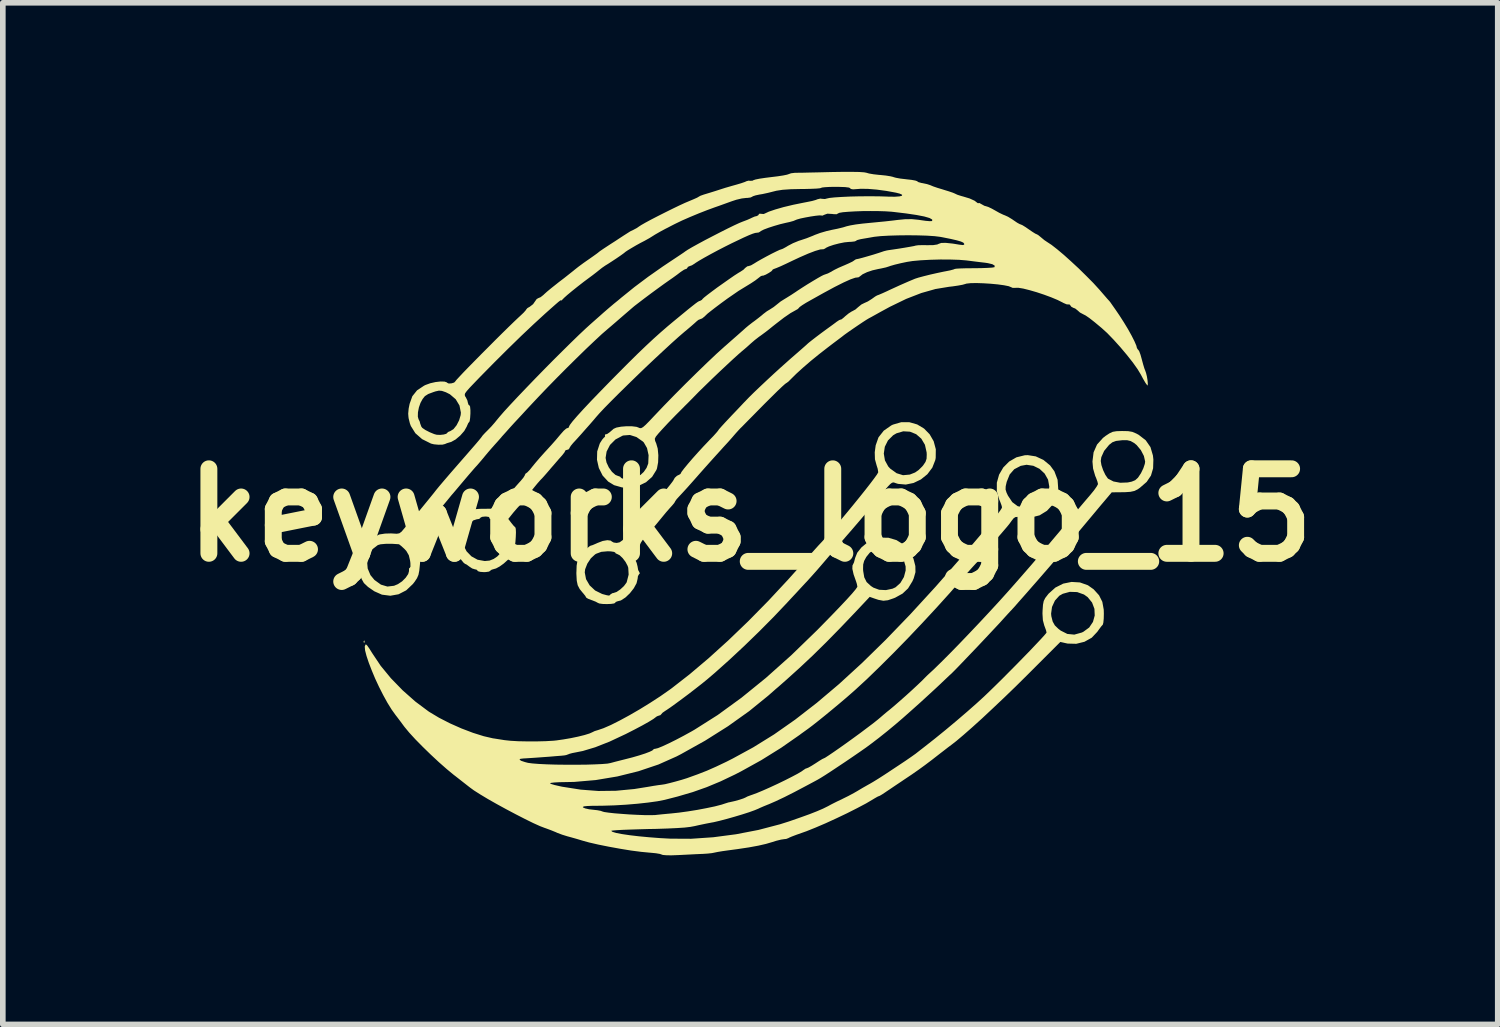
<source format=kicad_pcb>
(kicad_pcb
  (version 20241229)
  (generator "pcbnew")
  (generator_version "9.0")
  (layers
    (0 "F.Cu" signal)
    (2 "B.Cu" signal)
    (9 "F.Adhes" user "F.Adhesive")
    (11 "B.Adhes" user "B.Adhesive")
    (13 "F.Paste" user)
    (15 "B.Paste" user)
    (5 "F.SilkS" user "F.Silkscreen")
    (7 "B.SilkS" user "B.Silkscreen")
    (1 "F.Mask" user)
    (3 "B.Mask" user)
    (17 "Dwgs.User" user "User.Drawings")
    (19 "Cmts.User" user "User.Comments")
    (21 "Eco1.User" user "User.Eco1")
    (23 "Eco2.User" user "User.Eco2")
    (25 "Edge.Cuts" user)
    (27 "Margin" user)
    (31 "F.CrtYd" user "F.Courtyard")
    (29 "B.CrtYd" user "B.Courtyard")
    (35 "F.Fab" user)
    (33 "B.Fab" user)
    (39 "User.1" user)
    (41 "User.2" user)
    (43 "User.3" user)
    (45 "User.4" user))
  (footprint "keyworks_logo_15"
    (layer "F.Cu")
    (at 10.264 6.091)
    (property "Reference" "keyworks_logo_15" (at 0 0 0) (layer "F.SilkS") (effects (font (size 1.5 1.5) (thickness 0.3))))
    (attr board_only exclude_from_pos_files exclude_from_bom)
    (fp_poly (pts (xy -6.846 2.23) (xy -6.843 2.259) (xy -6.846 2.263) (xy -6.86 2.259) (xy -6.862 2.246) (xy -6.853 2.226)) (stroke (width 0) (type solid)) (fill yes) (layer "F.SilkS"))
    (fp_poly (pts (xy 2.826 -1.648) (xy 2.962 -1.609) (xy 3.084 -1.536) (xy 3.183 -1.435) (xy 3.255 -1.311) (xy 3.293 -1.169) (xy 3.291 -1.015) (xy 3.284 -0.977) (xy 3.231 -0.842) (xy 3.143 -0.725) (xy 3.029 -0.633) (xy 2.898 -0.57) (xy 2.76 -0.542) (xy 2.624 -0.554) (xy 2.582 -0.567) (xy 2.558 -0.576) (xy 2.537 -0.58) (xy 2.514 -0.573) (xy 2.486 -0.552) (xy 2.446 -0.511) (xy 2.391 -0.447) (xy 2.314 -0.355) (xy 2.213 -0.23) (xy 2.186 -0.197) (xy 2.056 -0.037) (xy 1.951 0.088) (xy 1.87 0.182) (xy 1.799 0.265) (xy 1.704 0.374) (xy 1.597 0.498) (xy 1.485 0.627) (xy 1.38 0.75) (xy 1.29 0.855) (xy 1.272 0.876) (xy 1.184 0.978) (xy 1.086 1.088) (xy 0.998 1.185) (xy 0.986 1.197) (xy 0.909 1.28) (xy 0.813 1.384) (xy 0.712 1.492) (xy 0.654 1.555) (xy 0.418 1.804) (xy 0.16 2.064) (xy -0.107 2.323) (xy -0.374 2.572) (xy -0.628 2.799) (xy -0.765 2.916) (xy -0.856 2.99) (xy -0.966 3.076) (xy -1.086 3.169) (xy -1.209 3.261) (xy -1.323 3.345) (xy -1.42 3.415) (xy -1.491 3.463) (xy -1.507 3.473) (xy -1.556 3.507) (xy -1.579 3.533) (xy -1.58 3.535) (xy -1.599 3.553) (xy -1.612 3.555) (xy -1.656 3.571) (xy -1.674 3.584) (xy -1.719 3.618) (xy -1.802 3.669) (xy -1.918 3.734) (xy -2.058 3.808) (xy -2.209 3.885) (xy -2.497 4.02) (xy -2.751 4.12) (xy -2.971 4.186) (xy -3.086 4.209) (xy -3.158 4.223) (xy -3.21 4.237) (xy -3.221 4.242) (xy -3.265 4.258) (xy -3.295 4.264) (xy -3.352 4.27) (xy -3.444 4.277) (xy -3.56 4.287) (xy -3.685 4.296) (xy -3.808 4.305) (xy -3.914 4.312) (xy -3.991 4.317) (xy -4.017 4.318) (xy -4.079 4.325) (xy -4.095 4.339) (xy -4.066 4.36) (xy -3.997 4.383) (xy -3.943 4.397) (xy -3.867 4.407) (xy -3.754 4.416) (xy -3.61 4.423) (xy -3.447 4.428) (xy -3.272 4.43) (xy -3.094 4.43) (xy -2.922 4.429) (xy -2.766 4.424) (xy -2.633 4.418) (xy -2.533 4.41) (xy -2.481 4.4) (xy -2.403 4.379) (xy -2.301 4.353) (xy -2.222 4.333) (xy -2.093 4.3) (xy -1.972 4.265) (xy -1.866 4.231) (xy -1.785 4.2) (xy -1.737 4.177) (xy -1.728 4.167) (xy -1.707 4.15) (xy -1.685 4.147) (xy -1.637 4.135) (xy -1.556 4.102) (xy -1.448 4.052) (xy -1.321 3.989) (xy -1.184 3.917) (xy -1.044 3.84) (xy -0.987 3.807) (xy -0.578 3.548) (xy -0.156 3.241) (xy 0.279 2.888) (xy 0.728 2.487) (xy 1.189 2.04) (xy 1.241 1.987) (xy 1.428 1.796) (xy 1.585 1.633) (xy 1.712 1.498) (xy 1.808 1.392) (xy 1.87 1.318) (xy 1.899 1.276) (xy 1.901 1.27) (xy 1.892 1.222) (xy 1.879 1.18) (xy 1.834 1.052) (xy 1.813 0.958) (xy 2.002 0.958) (xy 2.004 0.99) (xy 2.023 1.104) (xy 2.065 1.188) (xy 2.141 1.258) (xy 2.185 1.287) (xy 2.287 1.325) (xy 2.407 1.331) (xy 2.525 1.306) (xy 2.579 1.281) (xy 2.664 1.205) (xy 2.727 1.099) (xy 2.758 0.982) (xy 2.757 0.91) (xy 2.719 0.781) (xy 2.649 0.68) (xy 2.556 0.61) (xy 2.447 0.571) (xy 2.333 0.566) (xy 2.221 0.597) (xy 2.121 0.667) (xy 2.06 0.742) (xy 2.021 0.813) (xy 2.004 0.877) (xy 2.002 0.958) (xy 1.813 0.958) (xy 1.812 0.955) (xy 1.814 0.894) (xy 1.82 0.883) (xy 1.841 0.839) (xy 1.859 0.771) (xy 1.862 0.759) (xy 1.899 0.667) (xy 1.973 0.574) (xy 2.073 0.491) (xy 2.16 0.442) (xy 2.305 0.4) (xy 2.453 0.402) (xy 2.595 0.444) (xy 2.722 0.523) (xy 2.825 0.633) (xy 2.896 0.772) (xy 2.897 0.776) (xy 2.93 0.904) (xy 2.932 1.013) (xy 2.901 1.122) (xy 2.878 1.174) (xy 2.801 1.3) (xy 2.703 1.393) (xy 2.571 1.466) (xy 2.54 1.478) (xy 2.443 1.511) (xy 2.362 1.52) (xy 2.275 1.504) (xy 2.202 1.48) (xy 2.12 1.451) (xy 1.869 1.718) (xy 1.597 2.003) (xy 1.348 2.257) (xy 1.112 2.489) (xy 0.88 2.707) (xy 0.644 2.92) (xy 0.494 3.052) (xy 0.457 3.083) (xy 0.397 3.136) (xy 0.324 3.2) (xy 0.317 3.206) (xy -0.019 3.479) (xy -0.395 3.747) (xy -0.801 4.003) (xy -1.229 4.242) (xy -1.308 4.283) (xy -1.629 4.426) (xy -1.983 4.545) (xy -2.358 4.638) (xy -2.742 4.702) (xy -3.125 4.735) (xy -3.277 4.738) (xy -3.387 4.74) (xy -3.477 4.745) (xy -3.536 4.752) (xy -3.555 4.759) (xy -3.532 4.772) (xy -3.472 4.79) (xy -3.385 4.81) (xy -3.339 4.82) (xy -3.008 4.872) (xy -2.695 4.896) (xy -2.383 4.892) (xy -2.057 4.861) (xy -1.814 4.822) (xy -1.715 4.805) (xy -1.63 4.792) (xy -1.574 4.785) (xy -1.567 4.784) (xy -1.515 4.776) (xy -1.431 4.756) (xy -1.328 4.729) (xy -1.221 4.699) (xy -1.125 4.669) (xy -1.111 4.664) (xy -0.933 4.6) (xy -0.769 4.536) (xy -0.604 4.463) (xy -0.421 4.376) (xy -0.309 4.319) (xy 0.054 4.121) (xy 0.423 3.892) (xy 0.798 3.629) (xy 1.182 3.331) (xy 1.576 2.998) (xy 1.982 2.626) (xy 2.401 2.216) (xy 2.836 1.765) (xy 3.288 1.272) (xy 3.755 0.74) (xy 3.939 0.525) (xy 4.093 0.344) (xy 4.217 0.196) (xy 4.314 0.078) (xy 4.386 -0.013) (xy 4.434 -0.078) (xy 4.461 -0.12) (xy 4.468 -0.139) (xy 4.458 -0.177) (xy 4.434 -0.241) (xy 4.419 -0.275) (xy 4.375 -0.425) (xy 4.376 -0.454) (xy 4.531 -0.454) (xy 4.548 -0.399) (xy 4.573 -0.346) (xy 4.65 -0.23) (xy 4.745 -0.159) (xy 4.865 -0.129) (xy 4.943 -0.129) (xy 5.036 -0.141) (xy 5.102 -0.165) (xy 5.16 -0.21) (xy 5.161 -0.211) (xy 5.253 -0.32) (xy 5.299 -0.432) (xy 5.307 -0.506) (xy 5.285 -0.629) (xy 5.224 -0.737) (xy 5.134 -0.821) (xy 5.024 -0.875) (xy 4.903 -0.893) (xy 4.8 -0.874) (xy 4.685 -0.814) (xy 4.604 -0.721) (xy 4.551 -0.59) (xy 4.551 -0.59) (xy 4.533 -0.51) (xy 4.531 -0.454) (xy 4.376 -0.454) (xy 4.376 -0.575) (xy 4.416 -0.718) (xy 4.49 -0.845) (xy 4.594 -0.95) (xy 4.723 -1.025) (xy 4.872 -1.062) (xy 4.926 -1.064) (xy 5.067 -1.042) (xy 5.203 -0.979) (xy 5.321 -0.882) (xy 5.397 -0.778) (xy 5.454 -0.627) (xy 5.465 -0.471) (xy 5.434 -0.318) (xy 5.361 -0.179) (xy 5.265 -0.076) (xy 5.135 0.004) (xy 4.989 0.041) (xy 4.835 0.039) (xy 4.754 0.031) (xy 4.706 0.035) (xy 4.674 0.056) (xy 4.643 0.095) (xy 4.619 0.128) (xy 4.593 0.163) (xy 4.559 0.205) (xy 4.511 0.261) (xy 4.446 0.337) (xy 4.357 0.439) (xy 4.273 0.535) (xy 4.202 0.62) (xy 4.144 0.692) (xy 4.107 0.744) (xy 4.098 0.764) (xy 4.082 0.789) (xy 4.076 0.79) (xy 4.054 0.808) (xy 4.005 0.857) (xy 3.936 0.932) (xy 3.851 1.027) (xy 3.774 1.116) (xy 3.546 1.377) (xy 3.302 1.647) (xy 3.049 1.92) (xy 2.793 2.19) (xy 2.54 2.449) (xy 2.297 2.691) (xy 2.071 2.91) (xy 1.867 3.098) (xy 1.822 3.138) (xy 1.711 3.235) (xy 1.585 3.342) (xy 1.453 3.452) (xy 1.323 3.559) (xy 1.205 3.654) (xy 1.106 3.732) (xy 1.037 3.784) (xy 0.979 3.826) (xy 0.905 3.879) (xy 0.876 3.901) (xy 0.549 4.129) (xy 0.194 4.35) (xy -0.167 4.55) (xy -0.27 4.603) (xy -0.528 4.726) (xy -0.773 4.828) (xy -1.022 4.916) (xy -1.292 4.995) (xy -1.518 5.053) (xy -1.645 5.078) (xy -1.81 5.101) (xy -2 5.122) (xy -2.203 5.139) (xy -2.409 5.151) (xy -2.604 5.157) (xy -2.665 5.158) (xy -2.803 5.159) (xy -2.897 5.163) (xy -2.951 5.169) (xy -2.971 5.179) (xy -2.968 5.188) (xy -2.929 5.205) (xy -2.858 5.221) (xy -2.796 5.228) (xy -2.715 5.237) (xy -2.652 5.249) (xy -2.629 5.258) (xy -2.592 5.269) (xy -2.516 5.28) (xy -2.41 5.292) (xy -2.283 5.302) (xy -2.147 5.312) (xy -2.009 5.319) (xy -1.88 5.324) (xy -1.771 5.325) (xy -1.689 5.323) (xy -1.673 5.321) (xy -1.568 5.31) (xy -1.463 5.3) (xy -1.407 5.295) (xy -1.266 5.28) (xy -1.106 5.258) (xy -0.938 5.231) (xy -0.775 5.2) (xy -0.627 5.169) (xy -0.508 5.138) (xy -0.444 5.117) (xy -0.387 5.099) (xy -0.37 5.096) (xy -0.281 5.076) (xy -0.194 5.052) (xy -0.124 5.029) (xy -0.087 5.013) (xy -0.049 4.993) (xy 0.016 4.969) (xy 0.037 4.962) (xy 0.118 4.932) (xy 0.226 4.887) (xy 0.352 4.831) (xy 0.486 4.769) (xy 0.618 4.705) (xy 0.74 4.643) (xy 0.842 4.589) (xy 0.913 4.547) (xy 0.94 4.527) (xy 0.982 4.499) (xy 1.002 4.493) (xy 1.034 4.48) (xy 1.092 4.447) (xy 1.157 4.406) (xy 1.226 4.361) (xy 1.277 4.33) (xy 1.298 4.32) (xy 1.328 4.306) (xy 1.39 4.266) (xy 1.477 4.207) (xy 1.585 4.132) (xy 1.705 4.047) (xy 1.831 3.956) (xy 1.957 3.864) (xy 2.075 3.775) (xy 2.18 3.696) (xy 2.264 3.629) (xy 2.321 3.581) (xy 2.323 3.579) (xy 2.365 3.543) (xy 2.428 3.49) (xy 2.471 3.456) (xy 2.551 3.389) (xy 2.651 3.302) (xy 2.761 3.205) (xy 2.87 3.106) (xy 2.969 3.014) (xy 3.049 2.938) (xy 3.093 2.893) (xy 3.139 2.847) (xy 3.156 2.831) (xy 3.258 2.737) (xy 3.387 2.611) (xy 3.538 2.46) (xy 3.705 2.289) (xy 3.881 2.105) (xy 4.063 1.913) (xy 4.244 1.719) (xy 4.419 1.529) (xy 4.581 1.349) (xy 4.724 1.187) (xy 4.794 1.107) (xy 4.861 1.03) (xy 4.909 0.975) (xy 4.983 0.89) (xy 5.084 0.772) (xy 5.207 0.627) (xy 5.345 0.462) (xy 5.496 0.283) (xy 5.648 0.101) (xy 5.717 0.017) (xy 5.772 -0.048) (xy 5.821 -0.107) (xy 5.874 -0.17) (xy 5.94 -0.248) (xy 6.028 -0.351) (xy 6.039 -0.364) (xy 6.101 -0.44) (xy 6.147 -0.505) (xy 6.17 -0.547) (xy 6.171 -0.553) (xy 6.161 -0.595) (xy 6.137 -0.661) (xy 6.122 -0.695) (xy 6.084 -0.825) (xy 6.073 -0.95) (xy 6.074 -0.961) (xy 6.22 -0.961) (xy 6.232 -0.887) (xy 6.262 -0.798) (xy 6.302 -0.714) (xy 6.343 -0.654) (xy 6.351 -0.646) (xy 6.445 -0.597) (xy 6.566 -0.574) (xy 6.699 -0.579) (xy 6.77 -0.594) (xy 6.831 -0.619) (xy 6.88 -0.663) (xy 6.931 -0.739) (xy 6.936 -0.748) (xy 6.976 -0.831) (xy 7.002 -0.909) (xy 7.008 -0.95) (xy 6.986 -1.049) (xy 6.932 -1.153) (xy 6.857 -1.243) (xy 6.813 -1.279) (xy 6.751 -1.314) (xy 6.689 -1.329) (xy 6.603 -1.329) (xy 6.584 -1.327) (xy 6.491 -1.316) (xy 6.426 -1.292) (xy 6.369 -1.247) (xy 6.368 -1.246) (xy 6.28 -1.139) (xy 6.23 -1.028) (xy 6.22 -0.961) (xy 6.074 -0.961) (xy 6.093 -1.114) (xy 6.154 -1.252) (xy 6.259 -1.369) (xy 6.305 -1.405) (xy 6.375 -1.451) (xy 6.433 -1.478) (xy 6.5 -1.489) (xy 6.595 -1.492) (xy 6.601 -1.492) (xy 6.705 -1.49) (xy 6.781 -1.477) (xy 6.85 -1.448) (xy 6.894 -1.424) (xy 7.018 -1.328) (xy 7.102 -1.207) (xy 7.146 -1.058) (xy 7.154 -0.985) (xy 7.149 -0.83) (xy 7.111 -0.701) (xy 7.035 -0.589) (xy 6.915 -0.485) (xy 6.875 -0.457) (xy 6.819 -0.429) (xy 6.746 -0.413) (xy 6.643 -0.406) (xy 6.608 -0.406) (xy 6.415 -0.404) (xy 6.287 -0.252) (xy 6.23 -0.185) (xy 6.153 -0.093) (xy 6.063 0.015) (xy 5.965 0.132) (xy 5.867 0.249) (xy 5.775 0.359) (xy 5.696 0.455) (xy 5.636 0.527) (xy 5.603 0.567) (xy 5.54 0.645) (xy 5.478 0.72) (xy 5.405 0.806) (xy 5.334 0.889) (xy 5.274 0.958) (xy 5.196 1.048) (xy 5.107 1.151) (xy 5.011 1.26) (xy 4.916 1.369) (xy 4.826 1.471) (xy 4.748 1.559) (xy 4.688 1.628) (xy 4.65 1.669) (xy 4.642 1.679) (xy 4.62 1.701) (xy 4.574 1.751) (xy 4.512 1.819) (xy 4.494 1.839) (xy 4.428 1.912) (xy 4.34 2.006) (xy 4.238 2.115) (xy 4.127 2.233) (xy 4.012 2.355) (xy 3.899 2.473) (xy 3.794 2.583) (xy 3.703 2.678) (xy 3.631 2.752) (xy 3.584 2.799) (xy 3.571 2.812) (xy 3.532 2.847) (xy 3.47 2.906) (xy 3.397 2.975) (xy 3.385 2.987) (xy 3.291 3.075) (xy 3.167 3.189) (xy 3.022 3.322) (xy 2.862 3.465) (xy 2.704 3.605) (xy 2.577 3.714) (xy 2.432 3.834) (xy 2.283 3.953) (xy 2.144 4.059) (xy 2.052 4.127) (xy 1.943 4.203) (xy 1.818 4.289) (xy 1.687 4.378) (xy 1.555 4.466) (xy 1.433 4.547) (xy 1.327 4.616) (xy 1.245 4.667) (xy 1.197 4.695) (xy 1.136 4.728) (xy 1.052 4.773) (xy 0.975 4.814) (xy 0.784 4.915) (xy 0.606 5.005) (xy 0.449 5.079) (xy 0.325 5.133) (xy 0.321 5.134) (xy 0.24 5.167) (xy 0.173 5.196) (xy 0.144 5.21) (xy 0.079 5.237) (xy -0.021 5.273) (xy -0.146 5.313) (xy -0.283 5.354) (xy -0.421 5.393) (xy -0.547 5.426) (xy -0.65 5.45) (xy -0.679 5.455) (xy -0.788 5.476) (xy -0.912 5.502) (xy -0.987 5.519) (xy -1.062 5.533) (xy -1.165 5.545) (xy -1.299 5.554) (xy -1.47 5.562) (xy -1.683 5.569) (xy -1.808 5.571) (xy -1.983 5.576) (xy -2.14 5.581) (xy -2.274 5.586) (xy -2.377 5.592) (xy -2.444 5.598) (xy -2.468 5.603) (xy -2.468 5.603) (xy -2.445 5.621) (xy -2.378 5.641) (xy -2.273 5.661) (xy -2.138 5.681) (xy -1.977 5.7) (xy -1.796 5.717) (xy -1.602 5.732) (xy -1.419 5.742) (xy -1.05 5.744) (xy -0.657 5.717) (xy -0.253 5.664) (xy 0.146 5.587) (xy 0.527 5.487) (xy 0.691 5.435) (xy 0.892 5.365) (xy 1.053 5.307) (xy 1.183 5.256) (xy 1.29 5.21) (xy 1.381 5.165) (xy 1.432 5.137) (xy 1.471 5.117) (xy 1.541 5.082) (xy 1.628 5.041) (xy 1.641 5.034) (xy 1.742 4.984) (xy 1.839 4.932) (xy 1.912 4.89) (xy 1.913 4.889) (xy 1.999 4.838) (xy 2.094 4.784) (xy 2.123 4.768) (xy 2.183 4.733) (xy 2.274 4.677) (xy 2.386 4.605) (xy 2.51 4.523) (xy 2.637 4.439) (xy 2.757 4.359) (xy 2.86 4.288) (xy 2.937 4.233) (xy 2.965 4.211) (xy 3.033 4.158) (xy 3.101 4.105) (xy 3.275 3.968) (xy 3.466 3.813) (xy 3.661 3.65) (xy 3.85 3.488) (xy 4.02 3.338) (xy 4.146 3.223) (xy 4.239 3.134) (xy 4.348 3.028) (xy 4.468 2.91) (xy 4.594 2.783) (xy 4.722 2.654) (xy 4.846 2.527) (xy 4.963 2.407) (xy 5.066 2.298) (xy 5.152 2.207) (xy 5.215 2.138) (xy 5.251 2.095) (xy 5.258 2.084) (xy 5.249 2.044) (xy 5.226 1.981) (xy 5.218 1.96) (xy 5.193 1.866) (xy 5.186 1.749) (xy 5.339 1.749) (xy 5.343 1.794) (xy 5.367 1.889) (xy 5.405 1.957) (xy 5.468 2.018) (xy 5.51 2.05) (xy 5.627 2.109) (xy 5.751 2.121) (xy 5.884 2.084) (xy 5.911 2.071) (xy 6.015 1.995) (xy 6.082 1.895) (xy 6.113 1.782) (xy 6.108 1.664) (xy 6.066 1.552) (xy 5.988 1.456) (xy 5.922 1.409) (xy 5.801 1.366) (xy 5.671 1.362) (xy 5.547 1.396) (xy 5.485 1.431) (xy 5.407 1.517) (xy 5.355 1.63) (xy 5.339 1.749) (xy 5.186 1.749) (xy 5.186 1.742) (xy 5.188 1.688) (xy 5.195 1.591) (xy 5.208 1.525) (xy 5.235 1.471) (xy 5.282 1.41) (xy 5.295 1.394) (xy 5.415 1.286) (xy 5.554 1.216) (xy 5.702 1.186) (xy 5.851 1.195) (xy 5.992 1.245) (xy 6.094 1.317) (xy 6.19 1.423) (xy 6.248 1.539) (xy 6.273 1.678) (xy 6.275 1.747) (xy 6.273 1.838) (xy 6.266 1.909) (xy 6.256 1.945) (xy 6.254 1.947) (xy 6.229 1.975) (xy 6.188 2.03) (xy 6.159 2.071) (xy 6.06 2.176) (xy 5.931 2.248) (xy 5.786 2.284) (xy 5.634 2.28) (xy 5.609 2.275) (xy 5.503 2.251) (xy 4.918 2.836) (xy 4.712 3.04) (xy 4.506 3.239) (xy 4.305 3.429) (xy 4.115 3.607) (xy 3.939 3.766) (xy 3.784 3.902) (xy 3.655 4.011) (xy 3.579 4.07) (xy 3.511 4.121) (xy 3.426 4.187) (xy 3.366 4.233) (xy 3.221 4.346) (xy 3.099 4.438) (xy 2.986 4.52) (xy 2.867 4.603) (xy 2.728 4.696) (xy 2.678 4.73) (xy 2.582 4.794) (xy 2.486 4.859) (xy 2.41 4.91) (xy 2.403 4.915) (xy 2.341 4.956) (xy 2.297 4.982) (xy 2.285 4.986) (xy 2.257 4.998) (xy 2.203 5.029) (xy 2.177 5.045) (xy 2.055 5.117) (xy 1.898 5.2) (xy 1.718 5.291) (xy 1.527 5.382) (xy 1.335 5.47) (xy 1.155 5.547) (xy 0.998 5.61) (xy 0.913 5.64) (xy 0.817 5.674) (xy 0.738 5.704) (xy 0.689 5.725) (xy 0.68 5.731) (xy 0.638 5.747) (xy 0.599 5.751) (xy 0.546 5.759) (xy 0.465 5.779) (xy 0.388 5.803) (xy 0.279 5.835) (xy 0.144 5.866) (xy -0.024 5.897) (xy -0.231 5.928) (xy -0.395 5.95) (xy -0.495 5.964) (xy -0.579 5.978) (xy -0.633 5.989) (xy -0.642 5.991) (xy -0.684 5.999) (xy -0.759 6.007) (xy -0.853 6.013) (xy -0.864 6.013) (xy -0.975 6.018) (xy -1.112 6.025) (xy -1.251 6.032) (xy -1.297 6.034) (xy -1.404 6.038) (xy -1.493 6.036) (xy -1.552 6.031) (xy -1.569 6.025) (xy -1.603 6.013) (xy -1.673 6.001) (xy -1.765 5.992) (xy -1.79 5.99) (xy -1.936 5.976) (xy -2.114 5.953) (xy -2.309 5.921) (xy -2.508 5.885) (xy -2.697 5.847) (xy -2.862 5.809) (xy -2.974 5.778) (xy -3.077 5.747) (xy -3.176 5.719) (xy -3.246 5.7) (xy -3.336 5.672) (xy -3.43 5.637) (xy -3.443 5.63) (xy -3.534 5.593) (xy -3.628 5.558) (xy -3.641 5.554) (xy -3.73 5.52) (xy -3.852 5.465) (xy -3.998 5.393) (xy -4.16 5.31) (xy -4.33 5.22) (xy -4.498 5.128) (xy -4.655 5.039) (xy -4.793 4.956) (xy -4.903 4.886) (xy -4.969 4.838) (xy -4.999 4.815) (xy -5.059 4.768) (xy -5.142 4.703) (xy -5.239 4.627) (xy -5.258 4.613) (xy -5.384 4.509) (xy -5.524 4.386) (xy -5.669 4.251) (xy -5.811 4.113) (xy -5.942 3.98) (xy -6.052 3.86) (xy -6.134 3.761) (xy -6.147 3.744) (xy -6.206 3.664) (xy -6.265 3.586) (xy -6.293 3.55) (xy -6.364 3.451) (xy -6.439 3.33) (xy -6.514 3.194) (xy -6.588 3.048) (xy -6.657 2.9) (xy -6.718 2.754) (xy -6.77 2.619) (xy -6.81 2.499) (xy -6.835 2.402) (xy -6.841 2.333) (xy -6.828 2.298) (xy -6.818 2.296) (xy -6.797 2.315) (xy -6.76 2.368) (xy -6.713 2.443) (xy -6.702 2.46) (xy -6.558 2.675) (xy -6.377 2.895) (xy -6.168 3.11) (xy -5.943 3.309) (xy -5.71 3.483) (xy -5.69 3.496) (xy -5.523 3.596) (xy -5.33 3.695) (xy -5.125 3.786) (xy -4.92 3.864) (xy -4.729 3.924) (xy -4.564 3.962) (xy -4.554 3.963) (xy -4.465 3.977) (xy -4.383 3.99) (xy -4.357 3.994) (xy -4.254 4.005) (xy -4.116 4.013) (xy -3.957 4.016) (xy -3.791 4.016) (xy -3.632 4.012) (xy -3.494 4.004) (xy -3.443 3.999) (xy -3.317 3.981) (xy -3.183 3.958) (xy -3.054 3.931) (xy -2.941 3.903) (xy -2.854 3.876) (xy -2.804 3.854) (xy -2.802 3.853) (xy -2.761 3.833) (xy -2.705 3.816) (xy -2.605 3.782) (xy -2.474 3.725) (xy -2.317 3.646) (xy -2.144 3.552) (xy -1.961 3.446) (xy -1.776 3.332) (xy -1.596 3.215) (xy -1.43 3.099) (xy -1.393 3.072) (xy -1.076 2.825) (xy -0.74 2.541) (xy -0.391 2.225) (xy -0.035 1.883) (xy 0.322 1.52) (xy 0.674 1.142) (xy 0.894 0.896) (xy 0.987 0.79) (xy 1.071 0.695) (xy 1.14 0.617) (xy 1.187 0.565) (xy 1.202 0.548) (xy 1.278 0.467) (xy 1.371 0.363) (xy 1.476 0.241) (xy 1.59 0.107) (xy 1.707 -0.034) (xy 1.824 -0.176) (xy 1.936 -0.314) (xy 2.039 -0.443) (xy 2.128 -0.557) (xy 2.199 -0.651) (xy 2.248 -0.719) (xy 2.27 -0.757) (xy 2.271 -0.761) (xy 2.262 -0.821) (xy 2.243 -0.881) (xy 2.213 -0.99) (xy 2.21 -1.092) (xy 2.37 -1.092) (xy 2.39 -0.971) (xy 2.449 -0.863) (xy 2.484 -0.825) (xy 2.598 -0.743) (xy 2.711 -0.708) (xy 2.831 -0.719) (xy 2.925 -0.756) (xy 2.987 -0.799) (xy 3.051 -0.862) (xy 3.069 -0.883) (xy 3.11 -0.944) (xy 3.129 -1) (xy 3.132 -1.073) (xy 3.13 -1.113) (xy 3.1 -1.248) (xy 3.035 -1.357) (xy 2.944 -1.436) (xy 2.835 -1.48) (xy 2.716 -1.487) (xy 2.594 -1.451) (xy 2.535 -1.416) (xy 2.444 -1.325) (xy 2.388 -1.213) (xy 2.37 -1.092) (xy 2.21 -1.092) (xy 2.209 -1.112) (xy 2.226 -1.238) (xy 2.276 -1.38) (xy 2.369 -1.498) (xy 2.502 -1.591) (xy 2.533 -1.606) (xy 2.681 -1.649)) (stroke (width 0) (type solid)) (fill yes) (layer "F.SilkS"))
    (fp_poly (pts (xy 1.934 -6.089) (xy 2.02 -6.083) (xy 2.059 -6.076) (xy 2.108 -6.062) (xy 2.19 -6.048) (xy 2.288 -6.037) (xy 2.306 -6.036) (xy 2.404 -6.026) (xy 2.486 -6.013) (xy 2.537 -6.001) (xy 2.542 -5.998) (xy 2.586 -5.986) (xy 2.663 -5.972) (xy 2.758 -5.961) (xy 2.773 -5.959) (xy 2.862 -5.949) (xy 2.929 -5.937) (xy 2.961 -5.926) (xy 2.962 -5.924) (xy 2.984 -5.909) (xy 3.038 -5.894) (xy 3.062 -5.89) (xy 3.137 -5.874) (xy 3.195 -5.855) (xy 3.204 -5.851) (xy 3.247 -5.833) (xy 3.323 -5.807) (xy 3.416 -5.779) (xy 3.431 -5.774) (xy 3.522 -5.746) (xy 3.596 -5.721) (xy 3.638 -5.703) (xy 3.641 -5.701) (xy 3.678 -5.684) (xy 3.744 -5.663) (xy 3.777 -5.654) (xy 3.893 -5.619) (xy 3.981 -5.579) (xy 4.029 -5.542) (xy 4.046 -5.531) (xy 4.048 -5.537) (xy 4.065 -5.539) (xy 4.103 -5.518) (xy 4.155 -5.489) (xy 4.188 -5.48) (xy 4.225 -5.468) (xy 4.288 -5.438) (xy 4.34 -5.409) (xy 4.418 -5.365) (xy 4.489 -5.331) (xy 4.52 -5.319) (xy 4.575 -5.294) (xy 4.647 -5.25) (xy 4.676 -5.23) (xy 4.738 -5.188) (xy 4.784 -5.163) (xy 4.797 -5.159) (xy 4.828 -5.146) (xy 4.885 -5.111) (xy 4.94 -5.073) (xy 5.007 -5.027) (xy 5.058 -4.995) (xy 5.079 -4.986) (xy 5.108 -4.971) (xy 5.154 -4.934) (xy 5.161 -4.928) (xy 5.22 -4.879) (xy 5.274 -4.843) (xy 5.274 -4.843) (xy 5.347 -4.795) (xy 5.447 -4.717) (xy 5.566 -4.617) (xy 5.696 -4.5) (xy 5.832 -4.374) (xy 5.964 -4.244) (xy 6.088 -4.119) (xy 6.194 -4.003) (xy 6.22 -3.973) (xy 6.284 -3.899) (xy 6.335 -3.84) (xy 6.366 -3.806) (xy 6.371 -3.801) (xy 6.39 -3.777) (xy 6.43 -3.72) (xy 6.486 -3.64) (xy 6.552 -3.543) (xy 6.552 -3.543) (xy 6.629 -3.423) (xy 6.703 -3.301) (xy 6.768 -3.184) (xy 6.819 -3.083) (xy 6.852 -3.006) (xy 6.862 -2.965) (xy 6.881 -2.935) (xy 6.886 -2.933) (xy 6.903 -2.907) (xy 6.926 -2.845) (xy 6.948 -2.765) (xy 6.972 -2.676) (xy 6.994 -2.603) (xy 7.009 -2.565) (xy 7.024 -2.522) (xy 7.039 -2.461) (xy 7.05 -2.394) (xy 7.055 -2.336) (xy 7.053 -2.303) (xy 7.047 -2.301) (xy 7.015 -2.344) (xy 6.97 -2.421) (xy 6.932 -2.493) (xy 6.874 -2.589) (xy 6.789 -2.709) (xy 6.684 -2.842) (xy 6.568 -2.98) (xy 6.448 -3.113) (xy 6.334 -3.231) (xy 6.236 -3.32) (xy 6.111 -3.424) (xy 6.018 -3.497) (xy 5.952 -3.542) (xy 5.909 -3.564) (xy 5.909 -3.564) (xy 5.851 -3.595) (xy 5.813 -3.629) (xy 5.767 -3.666) (xy 5.734 -3.678) (xy 5.697 -3.698) (xy 5.686 -3.715) (xy 5.663 -3.74) (xy 5.649 -3.738) (xy 5.615 -3.74) (xy 5.559 -3.764) (xy 5.541 -3.774) (xy 5.455 -3.817) (xy 5.343 -3.864) (xy 5.216 -3.911) (xy 5.084 -3.955) (xy 4.956 -3.992) (xy 4.844 -4.02) (xy 4.758 -4.034) (xy 4.707 -4.033) (xy 4.655 -4.033) (xy 4.633 -4.043) (xy 4.587 -4.062) (xy 4.502 -4.079) (xy 4.392 -4.094) (xy 4.265 -4.106) (xy 4.135 -4.114) (xy 4.013 -4.118) (xy 3.91 -4.116) (xy 3.837 -4.108) (xy 3.815 -4.101) (xy 3.769 -4.088) (xy 3.688 -4.073) (xy 3.585 -4.058) (xy 3.53 -4.052) (xy 3.287 -4.012) (xy 3.036 -3.941) (xy 2.768 -3.837) (xy 2.479 -3.697) (xy 2.308 -3.604) (xy 2.222 -3.556) (xy 2.15 -3.516) (xy 2.105 -3.492) (xy 2.1 -3.489) (xy 2.063 -3.467) (xy 1.998 -3.425) (xy 1.916 -3.37) (xy 1.828 -3.31) (xy 1.747 -3.254) (xy 1.685 -3.21) (xy 1.666 -3.196) (xy 1.628 -3.166) (xy 1.559 -3.114) (xy 1.471 -3.048) (xy 1.373 -2.973) (xy 1.225 -2.858) (xy 1.076 -2.737) (xy 0.937 -2.617) (xy 0.818 -2.509) (xy 0.728 -2.42) (xy 0.721 -2.413) (xy 0.677 -2.369) (xy 0.646 -2.346) (xy 0.643 -2.345) (xy 0.619 -2.328) (xy 0.564 -2.279) (xy 0.482 -2.201) (xy 0.378 -2.098) (xy 0.254 -1.975) (xy 0.114 -1.833) (xy 0.057 -1.775) (xy -0.026 -1.691) (xy -0.097 -1.619) (xy -0.149 -1.566) (xy -0.173 -1.543) (xy -0.204 -1.51) (xy -0.253 -1.456) (xy -0.274 -1.432) (xy -0.323 -1.375) (xy -0.394 -1.295) (xy -0.476 -1.206) (xy -0.517 -1.16) (xy -0.598 -1.071) (xy -0.7 -0.958) (xy -0.81 -0.835) (xy -0.917 -0.714) (xy -0.937 -0.691) (xy -1.03 -0.586) (xy -1.118 -0.487) (xy -1.193 -0.405) (xy -1.246 -0.348) (xy -1.26 -0.333) (xy -1.305 -0.284) (xy -1.331 -0.248) (xy -1.333 -0.242) (xy -1.349 -0.214) (xy -1.386 -0.17) (xy -1.388 -0.168) (xy -1.434 -0.117) (xy -1.496 -0.046) (xy -1.543 0.011) (xy -1.658 0.151) (xy -1.751 0.262) (xy -1.831 0.353) (xy -1.87 0.395) (xy -1.917 0.452) (xy -1.946 0.498) (xy -1.95 0.512) (xy -1.969 0.546) (xy -2.01 0.581) (xy -2.07 0.635) (xy -2.084 0.694) (xy -2.054 0.769) (xy -2.049 0.777) (xy -2.016 0.847) (xy -2 0.911) (xy -1.999 0.917) (xy -1.989 0.975) (xy -1.973 1.004) (xy -1.959 1.034) (xy -1.973 1.048) (xy -1.993 1.083) (xy -1.999 1.131) (xy -2.018 1.21) (xy -2.067 1.299) (xy -2.136 1.387) (xy -2.216 1.463) (xy -2.295 1.514) (xy -2.356 1.53) (xy -2.39 1.543) (xy -2.394 1.555) (xy -2.416 1.568) (xy -2.471 1.576) (xy -2.544 1.579) (xy -2.618 1.577) (xy -2.677 1.569) (xy -2.704 1.558) (xy -2.742 1.537) (xy -2.805 1.512) (xy -2.82 1.507) (xy -2.879 1.484) (xy -2.911 1.464) (xy -2.913 1.46) (xy -2.928 1.433) (xy -2.965 1.387) (xy -2.971 1.381) (xy -3.027 1.312) (xy -3.062 1.245) (xy -3.079 1.164) (xy -3.085 1.052) (xy -3.086 1.019) (xy -3.085 1.017) (xy -2.937 1.017) (xy -2.914 1.137) (xy -2.85 1.247) (xy -2.753 1.338) (xy -2.632 1.398) (xy -2.617 1.403) (xy -2.546 1.422) (xy -2.509 1.428) (xy -2.491 1.421) (xy -2.481 1.407) (xy -2.445 1.385) (xy -2.426 1.382) (xy -2.372 1.364) (xy -2.306 1.319) (xy -2.242 1.26) (xy -2.198 1.201) (xy -2.192 1.189) (xy -2.158 1.056) (xy -2.165 0.935) (xy -2.176 0.901) (xy -2.213 0.831) (xy -2.264 0.764) (xy -2.317 0.713) (xy -2.36 0.691) (xy -2.362 0.691) (xy -2.392 0.676) (xy -2.394 0.666) (xy -2.417 0.653) (xy -2.474 0.644) (xy -2.53 0.642) (xy -2.643 0.652) (xy -2.732 0.685) (xy -2.753 0.697) (xy -2.828 0.766) (xy -2.891 0.861) (xy -2.93 0.961) (xy -2.937 1.017) (xy -3.085 1.017) (xy -3.081 0.897) (xy -3.067 0.813) (xy -3.045 0.765) (xy -2.998 0.703) (xy -2.942 0.638) (xy -2.888 0.583) (xy -2.846 0.549) (xy -2.833 0.543) (xy -2.799 0.533) (xy -2.74 0.508) (xy -2.709 0.494) (xy -2.618 0.459) (xy -2.536 0.445) (xy -2.476 0.453) (xy -2.456 0.469) (xy -2.423 0.487) (xy -2.37 0.494) (xy -2.318 0.483) (xy -2.265 0.445) (xy -2.205 0.378) (xy -2.141 0.303) (xy -2.08 0.232) (xy -2.049 0.198) (xy -1.994 0.136) (xy -1.932 0.062) (xy -1.913 0.038) (xy -1.842 -0.052) (xy -1.768 -0.141) (xy -1.701 -0.221) (xy -1.648 -0.281) (xy -1.621 -0.309) (xy -1.586 -0.344) (xy -1.536 -0.401) (xy -1.479 -0.468) (xy -1.424 -0.536) (xy -1.381 -0.592) (xy -1.359 -0.625) (xy -1.358 -0.629) (xy -1.339 -0.662) (xy -1.3 -0.698) (xy -1.262 -0.716) (xy -1.261 -0.716) (xy -1.235 -0.733) (xy -1.234 -0.74) (xy -1.218 -0.769) (xy -1.174 -0.827) (xy -1.108 -0.907) (xy -1.025 -1.004) (xy -0.931 -1.109) (xy -0.833 -1.216) (xy -0.735 -1.319) (xy -0.723 -1.332) (xy -0.654 -1.403) (xy -0.601 -1.462) (xy -0.571 -1.498) (xy -0.568 -1.504) (xy -0.552 -1.526) (xy -0.507 -1.577) (xy -0.441 -1.649) (xy -0.359 -1.736) (xy -0.332 -1.765) (xy -0.245 -1.856) (xy -0.17 -1.935) (xy -0.114 -1.995) (xy -0.082 -2.027) (xy -0.079 -2.031) (xy -0.021 -2.091) (xy 0.065 -2.176) (xy 0.173 -2.279) (xy 0.293 -2.392) (xy 0.418 -2.508) (xy 0.54 -2.619) (xy 0.651 -2.718) (xy 0.716 -2.776) (xy 0.815 -2.862) (xy 0.901 -2.937) (xy 0.967 -2.995) (xy 1.005 -3.029) (xy 1.012 -3.036) (xy 1.037 -3.058) (xy 1.091 -3.101) (xy 1.166 -3.159) (xy 1.252 -3.224) (xy 1.339 -3.288) (xy 1.383 -3.32) (xy 1.452 -3.37) (xy 1.525 -3.424) (xy 1.528 -3.427) (xy 1.576 -3.459) (xy 1.603 -3.47) (xy 1.604 -3.469) (xy 1.62 -3.474) (xy 1.66 -3.506) (xy 1.685 -3.529) (xy 1.746 -3.579) (xy 1.801 -3.614) (xy 1.814 -3.62) (xy 1.867 -3.649) (xy 1.915 -3.691) (xy 1.973 -3.738) (xy 2.026 -3.764) (xy 2.086 -3.791) (xy 2.154 -3.834) (xy 2.164 -3.841) (xy 2.217 -3.879) (xy 2.252 -3.899) (xy 2.256 -3.9) (xy 2.283 -3.91) (xy 2.344 -3.936) (xy 2.428 -3.974) (xy 2.474 -3.996) (xy 2.655 -4.079) (xy 2.81 -4.147) (xy 2.925 -4.195) (xy 2.984 -4.214) (xy 3.077 -4.239) (xy 3.193 -4.268) (xy 3.317 -4.296) (xy 3.435 -4.321) (xy 3.468 -4.327) (xy 3.548 -4.343) (xy 3.607 -4.359) (xy 3.629 -4.368) (xy 3.656 -4.373) (xy 3.724 -4.377) (xy 3.823 -4.38) (xy 3.942 -4.381) (xy 3.978 -4.381) (xy 4.103 -4.383) (xy 4.21 -4.387) (xy 4.289 -4.392) (xy 4.332 -4.399) (xy 4.335 -4.401) (xy 4.338 -4.427) (xy 4.297 -4.452) (xy 4.218 -4.471) (xy 4.173 -4.478) (xy 4.096 -4.487) (xy 3.99 -4.5) (xy 3.872 -4.515) (xy 3.831 -4.52) (xy 3.708 -4.53) (xy 3.552 -4.535) (xy 3.376 -4.536) (xy 3.196 -4.531) (xy 3.026 -4.522) (xy 2.883 -4.509) (xy 2.876 -4.508) (xy 2.78 -4.493) (xy 2.671 -4.47) (xy 2.567 -4.445) (xy 2.487 -4.422) (xy 2.468 -4.415) (xy 2.409 -4.396) (xy 2.324 -4.377) (xy 2.271 -4.367) (xy 2.17 -4.344) (xy 2.072 -4.311) (xy 1.993 -4.273) (xy 1.947 -4.237) (xy 1.92 -4.219) (xy 1.916 -4.219) (xy 1.864 -4.213) (xy 1.778 -4.183) (xy 1.656 -4.128) (xy 1.497 -4.048) (xy 1.301 -3.942) (xy 1.065 -3.81) (xy 0.989 -3.767) (xy 0.922 -3.725) (xy 0.876 -3.692) (xy 0.864 -3.678) (xy 0.844 -3.657) (xy 0.796 -3.63) (xy 0.714 -3.584) (xy 0.599 -3.505) (xy 0.456 -3.395) (xy 0.399 -3.35) (xy 0.326 -3.291) (xy 0.276 -3.252) (xy 0.234 -3.221) (xy 0.188 -3.187) (xy 0.155 -3.164) (xy 0.08 -3.106) (xy 0.007 -3.043) (xy 0.005 -3.041) (xy -0.066 -2.977) (xy -0.139 -2.915) (xy -0.142 -2.913) (xy -0.21 -2.854) (xy -0.306 -2.767) (xy -0.42 -2.661) (xy -0.546 -2.543) (xy -0.675 -2.42) (xy -0.799 -2.299) (xy -0.911 -2.19) (xy -1.001 -2.098) (xy -1.024 -2.074) (xy -1.054 -2.044) (xy -1.106 -1.991) (xy -1.172 -1.926) (xy -1.172 -1.925) (xy -1.323 -1.774) (xy -1.456 -1.637) (xy -1.565 -1.52) (xy -1.628 -1.45) (xy -1.675 -1.393) (xy -1.694 -1.355) (xy -1.688 -1.317) (xy -1.669 -1.273) (xy -1.642 -1.18) (xy -1.631 -1.061) (xy -1.635 -0.937) (xy -1.655 -0.829) (xy -1.666 -0.8) (xy -1.742 -0.678) (xy -1.85 -0.583) (xy -1.982 -0.519) (xy -2.126 -0.487) (xy -2.274 -0.491) (xy -2.416 -0.531) (xy -2.521 -0.595) (xy -2.62 -0.702) (xy -2.687 -0.836) (xy -2.72 -0.982) (xy -2.719 -1.015) (xy -2.567 -1.015) (xy -2.551 -0.934) (xy -2.51 -0.846) (xy -2.454 -0.768) (xy -2.392 -0.713) (xy -2.35 -0.696) (xy -2.307 -0.681) (xy -2.296 -0.665) (xy -2.274 -0.65) (xy -2.222 -0.643) (xy -2.158 -0.643) (xy -2.099 -0.65) (xy -2.063 -0.664) (xy -2.061 -0.666) (xy -2.026 -0.688) (xy -2.003 -0.691) (xy -1.948 -0.712) (xy -1.89 -0.766) (xy -1.84 -0.838) (xy -1.811 -0.914) (xy -1.81 -0.92) (xy -1.804 -1.063) (xy -1.832 -1.19) (xy -1.889 -1.289) (xy -1.906 -1.306) (xy -2.019 -1.385) (xy -2.136 -1.422) (xy -2.252 -1.413) (xy -2.266 -1.409) (xy -2.392 -1.342) (xy -2.489 -1.245) (xy -2.549 -1.128) (xy -2.567 -1.015) (xy -2.719 -1.015) (xy -2.716 -1.13) (xy -2.672 -1.266) (xy -2.664 -1.282) (xy -2.626 -1.341) (xy -2.595 -1.377) (xy -2.586 -1.382) (xy -2.575 -1.398) (xy -2.579 -1.407) (xy -2.577 -1.43) (xy -2.568 -1.432) (xy -2.54 -1.439) (xy -2.499 -1.467) (xy -2.436 -1.521) (xy -2.427 -1.53) (xy -2.376 -1.553) (xy -2.293 -1.569) (xy -2.194 -1.577) (xy -2.097 -1.576) (xy -2.017 -1.566) (xy -1.985 -1.554) (xy -1.959 -1.543) (xy -1.934 -1.544) (xy -1.902 -1.562) (xy -1.856 -1.602) (xy -1.79 -1.669) (xy -1.71 -1.754) (xy -1.533 -1.94) (xy -1.342 -2.136) (xy -1.146 -2.333) (xy -0.951 -2.525) (xy -0.766 -2.704) (xy -0.599 -2.862) (xy -0.455 -2.992) (xy -0.435 -3.009) (xy -0.33 -3.102) (xy -0.234 -3.186) (xy -0.155 -3.256) (xy -0.101 -3.304) (xy -0.086 -3.318) (xy -0.031 -3.364) (xy 0.041 -3.42) (xy 0.073 -3.443) (xy 0.145 -3.498) (xy 0.209 -3.549) (xy 0.229 -3.567) (xy 0.295 -3.617) (xy 0.348 -3.649) (xy 0.415 -3.692) (xy 0.473 -3.738) (xy 0.538 -3.79) (xy 0.598 -3.828) (xy 0.649 -3.859) (xy 0.726 -3.907) (xy 0.814 -3.965) (xy 0.831 -3.977) (xy 0.915 -4.032) (xy 1.011 -4.093) (xy 1.108 -4.152) (xy 1.197 -4.205) (xy 1.266 -4.244) (xy 1.305 -4.263) (xy 1.308 -4.264) (xy 1.379 -4.289) (xy 1.446 -4.324) (xy 1.456 -4.331) (xy 1.497 -4.354) (xy 1.568 -4.389) (xy 1.656 -4.427) (xy 1.666 -4.431) (xy 1.75 -4.468) (xy 1.814 -4.499) (xy 1.846 -4.52) (xy 1.847 -4.522) (xy 1.876 -4.54) (xy 1.889 -4.542) (xy 1.924 -4.549) (xy 1.993 -4.567) (xy 2.084 -4.593) (xy 2.183 -4.622) (xy 2.278 -4.652) (xy 2.356 -4.678) (xy 2.37 -4.683) (xy 2.426 -4.697) (xy 2.456 -4.702) (xy 2.54 -4.714) (xy 2.64 -4.729) (xy 2.744 -4.746) (xy 2.837 -4.762) (xy 2.907 -4.775) (xy 2.937 -4.783) (xy 2.98 -4.789) (xy 3.055 -4.791) (xy 3.142 -4.79) (xy 3.245 -4.791) (xy 3.318 -4.802) (xy 3.345 -4.814) (xy 3.39 -4.83) (xy 3.472 -4.831) (xy 3.595 -4.818) (xy 3.712 -4.799) (xy 3.774 -4.792) (xy 3.797 -4.8) (xy 3.796 -4.817) (xy 3.78 -4.836) (xy 3.738 -4.855) (xy 3.666 -4.876) (xy 3.558 -4.901) (xy 3.408 -4.931) (xy 3.369 -4.938) (xy 3.272 -4.95) (xy 3.137 -4.959) (xy 2.977 -4.964) (xy 2.802 -4.966) (xy 2.626 -4.964) (xy 2.46 -4.959) (xy 2.315 -4.951) (xy 2.203 -4.939) (xy 2.185 -4.936) (xy 2.089 -4.919) (xy 2 -4.904) (xy 1.956 -4.896) (xy 1.902 -4.882) (xy 1.876 -4.868) (xy 1.876 -4.866) (xy 1.854 -4.857) (xy 1.797 -4.85) (xy 1.751 -4.848) (xy 1.671 -4.84) (xy 1.576 -4.821) (xy 1.48 -4.796) (xy 1.397 -4.768) (xy 1.342 -4.742) (xy 1.331 -4.732) (xy 1.298 -4.717) (xy 1.294 -4.718) (xy 1.241 -4.714) (xy 1.15 -4.687) (xy 1.027 -4.64) (xy 0.876 -4.574) (xy 0.75 -4.515) (xy 0.637 -4.461) (xy 0.54 -4.416) (xy 0.466 -4.385) (xy 0.426 -4.37) (xy 0.422 -4.369) (xy 0.396 -4.356) (xy 0.395 -4.35) (xy 0.376 -4.328) (xy 0.329 -4.297) (xy 0.275 -4.267) (xy 0.229 -4.249) (xy 0.213 -4.249) (xy 0.189 -4.241) (xy 0.146 -4.208) (xy 0.144 -4.206) (xy 0.089 -4.164) (xy 0.012 -4.113) (xy -0.037 -4.083) (xy -0.207 -3.979) (xy -0.403 -3.844) (xy -0.518 -3.76) (xy -0.627 -3.678) (xy -0.704 -3.618) (xy -0.757 -3.576) (xy -0.792 -3.543) (xy -0.811 -3.524) (xy -0.854 -3.49) (xy -0.88 -3.48) (xy -0.92 -3.464) (xy -0.949 -3.441) (xy -0.985 -3.408) (xy -1.048 -3.353) (xy -1.127 -3.286) (xy -1.167 -3.253) (xy -1.269 -3.165) (xy -1.394 -3.053) (xy -1.537 -2.921) (xy -1.693 -2.776) (xy -1.856 -2.622) (xy -2.02 -2.464) (xy -2.18 -2.308) (xy -2.332 -2.159) (xy -2.468 -2.023) (xy -2.585 -1.904) (xy -2.676 -1.807) (xy -2.736 -1.739) (xy -2.736 -1.739) (xy -2.778 -1.689) (xy -2.843 -1.614) (xy -2.922 -1.525) (xy -3.003 -1.433) (xy -3.077 -1.351) (xy -3.134 -1.289) (xy -3.141 -1.282) (xy -3.184 -1.23) (xy -3.208 -1.191) (xy -3.209 -1.185) (xy -3.229 -1.163) (xy -3.246 -1.16) (xy -3.279 -1.15) (xy -3.283 -1.141) (xy -3.298 -1.112) (xy -3.336 -1.063) (xy -3.351 -1.046) (xy -3.4 -0.991) (xy -3.467 -0.913) (xy -3.541 -0.828) (xy -3.554 -0.812) (xy -3.617 -0.739) (xy -3.669 -0.68) (xy -3.7 -0.646) (xy -3.705 -0.642) (xy -3.731 -0.614) (xy -3.777 -0.562) (xy -3.832 -0.495) (xy -3.888 -0.425) (xy -3.936 -0.364) (xy -3.967 -0.321) (xy -3.974 -0.308) (xy -3.99 -0.284) (xy -4.03 -0.237) (xy -4.063 -0.202) (xy -4.133 -0.127) (xy -4.203 -0.046) (xy -4.223 -0.021) (xy -4.294 0.068) (xy -4.24 0.139) (xy -4.2 0.188) (xy -4.172 0.215) (xy -4.169 0.217) (xy -4.161 0.244) (xy -4.158 0.306) (xy -4.161 0.387) (xy -4.167 0.473) (xy -4.176 0.548) (xy -4.187 0.6) (xy -4.195 0.613) (xy -4.211 0.635) (xy -4.208 0.643) (xy -4.212 0.679) (xy -4.247 0.734) (xy -4.305 0.797) (xy -4.375 0.86) (xy -4.447 0.912) (xy -4.512 0.947) (xy -4.534 0.953) (xy -4.589 0.969) (xy -4.616 0.988) (xy -4.616 0.99) (xy -4.638 1.003) (xy -4.694 1.011) (xy -4.727 1.012) (xy -4.793 1.007) (xy -4.833 0.995) (xy -4.838 0.987) (xy -4.859 0.967) (xy -4.884 0.963) (xy -4.935 0.947) (xy -4.986 0.913) (xy -5.033 0.878) (xy -5.063 0.864) (xy -5.087 0.845) (xy -5.127 0.796) (xy -5.171 0.735) (xy -5.217 0.661) (xy -5.243 0.601) (xy -5.255 0.534) (xy -5.258 0.439) (xy -5.258 0.426) (xy -5.257 0.414) (xy -5.11 0.414) (xy -5.09 0.534) (xy -5.034 0.643) (xy -4.948 0.732) (xy -4.839 0.792) (xy -4.712 0.815) (xy -4.711 0.815) (xy -4.626 0.807) (xy -4.553 0.778) (xy -4.489 0.734) (xy -4.393 0.635) (xy -4.337 0.52) (xy -4.322 0.399) (xy -4.348 0.282) (xy -4.417 0.176) (xy -4.438 0.156) (xy -4.502 0.107) (xy -4.564 0.078) (xy -4.585 0.074) (xy -4.624 0.066) (xy -4.628 0.049) (xy -4.639 0.033) (xy -4.689 0.025) (xy -4.701 0.025) (xy -4.759 0.031) (xy -4.788 0.046) (xy -4.789 0.049) (xy -4.81 0.068) (xy -4.853 0.074) (xy -4.914 0.094) (xy -4.983 0.146) (xy -5.045 0.216) (xy -5.088 0.291) (xy -5.11 0.414) (xy -5.257 0.414) (xy -5.246 0.282) (xy -5.207 0.166) (xy -5.133 0.064) (xy -5.033 -0.027) (xy -4.979 -0.067) (xy -4.933 -0.092) (xy -4.879 -0.105) (xy -4.803 -0.111) (xy -4.713 -0.112) (xy -4.498 -0.114) (xy -4.322 -0.322) (xy -4.241 -0.417) (xy -4.165 -0.505) (xy -4.102 -0.576) (xy -4.072 -0.609) (xy -4.027 -0.663) (xy -4.001 -0.705) (xy -3.999 -0.714) (xy -3.985 -0.739) (xy -3.979 -0.741) (xy -3.955 -0.759) (xy -3.911 -0.805) (xy -3.869 -0.858) (xy -3.809 -0.931) (xy -3.73 -1.023) (xy -3.645 -1.118) (xy -3.617 -1.148) (xy -3.533 -1.24) (xy -3.449 -1.335) (xy -3.381 -1.416) (xy -3.363 -1.437) (xy -3.31 -1.497) (xy -3.265 -1.536) (xy -3.243 -1.544) (xy -3.22 -1.554) (xy -3.218 -1.567) (xy -3.202 -1.599) (xy -3.153 -1.664) (xy -3.071 -1.759) (xy -2.96 -1.881) (xy -2.821 -2.029) (xy -2.655 -2.201) (xy -2.466 -2.395) (xy -2.357 -2.505) (xy -2.164 -2.699) (xy -1.998 -2.863) (xy -1.852 -3.003) (xy -1.718 -3.128) (xy -1.591 -3.242) (xy -1.464 -3.352) (xy -1.354 -3.444) (xy -1.213 -3.56) (xy -1.106 -3.648) (xy -1.027 -3.711) (xy -0.971 -3.755) (xy -0.934 -3.782) (xy -0.91 -3.796) (xy -0.896 -3.801) (xy -0.892 -3.801) (xy -0.858 -3.82) (xy -0.847 -3.835) (xy -0.821 -3.86) (xy -0.762 -3.907) (xy -0.68 -3.969) (xy -0.583 -4.041) (xy -0.478 -4.115) (xy -0.376 -4.187) (xy -0.285 -4.25) (xy -0.212 -4.297) (xy -0.173 -4.32) (xy -0.12 -4.355) (xy -0.091 -4.385) (xy -0.052 -4.415) (xy -0.033 -4.418) (xy 0.013 -4.432) (xy 0.07 -4.465) (xy 0.07 -4.465) (xy 0.123 -4.498) (xy 0.2 -4.542) (xy 0.29 -4.591) (xy 0.381 -4.639) (xy 0.462 -4.679) (xy 0.522 -4.707) (xy 0.547 -4.715) (xy 0.579 -4.727) (xy 0.636 -4.758) (xy 0.67 -4.779) (xy 0.758 -4.825) (xy 0.86 -4.867) (xy 0.898 -4.879) (xy 1 -4.913) (xy 1.109 -4.956) (xy 1.148 -4.973) (xy 1.24 -5.007) (xy 1.353 -5.04) (xy 1.444 -5.061) (xy 1.548 -5.082) (xy 1.647 -5.106) (xy 1.712 -5.126) (xy 1.776 -5.141) (xy 1.874 -5.158) (xy 1.993 -5.173) (xy 2.095 -5.183) (xy 2.239 -5.197) (xy 2.394 -5.212) (xy 2.536 -5.228) (xy 2.607 -5.237) (xy 2.749 -5.251) (xy 2.869 -5.252) (xy 2.99 -5.24) (xy 3.022 -5.235) (xy 3.114 -5.222) (xy 3.186 -5.216) (xy 3.225 -5.218) (xy 3.228 -5.219) (xy 3.229 -5.245) (xy 3.182 -5.272) (xy 3.089 -5.299) (xy 2.95 -5.326) (xy 2.768 -5.353) (xy 2.543 -5.38) (xy 2.505 -5.384) (xy 2.4 -5.391) (xy 2.274 -5.395) (xy 2.137 -5.396) (xy 1.997 -5.395) (xy 1.862 -5.39) (xy 1.742 -5.383) (xy 1.645 -5.375) (xy 1.58 -5.364) (xy 1.555 -5.352) (xy 1.555 -5.352) (xy 1.533 -5.339) (xy 1.474 -5.341) (xy 1.456 -5.344) (xy 1.369 -5.349) (xy 1.321 -5.332) (xy 1.28 -5.314) (xy 1.262 -5.317) (xy 1.229 -5.319) (xy 1.161 -5.312) (xy 1.074 -5.299) (xy 0.98 -5.282) (xy 0.893 -5.264) (xy 0.829 -5.246) (xy 0.802 -5.235) (xy 0.766 -5.22) (xy 0.698 -5.201) (xy 0.629 -5.186) (xy 0.529 -5.162) (xy 0.423 -5.131) (xy 0.324 -5.099) (xy 0.242 -5.068) (xy 0.19 -5.042) (xy 0.177 -5.031) (xy 0.149 -5.015) (xy 0.118 -5.011) (xy 0.087 -5.007) (xy 0.042 -4.993) (xy -0.023 -4.967) (xy -0.115 -4.926) (xy -0.241 -4.866) (xy -0.327 -4.825) (xy -0.447 -4.765) (xy -0.575 -4.699) (xy -0.702 -4.631) (xy -0.816 -4.568) (xy -0.909 -4.514) (xy -0.971 -4.475) (xy -0.981 -4.467) (xy -1.035 -4.433) (xy -1.077 -4.418) (xy -1.108 -4.404) (xy -1.111 -4.394) (xy -1.13 -4.37) (xy -1.138 -4.369) (xy -1.174 -4.355) (xy -1.227 -4.32) (xy -1.236 -4.314) (xy -1.296 -4.268) (xy -1.376 -4.21) (xy -1.431 -4.172) (xy -1.529 -4.103) (xy -1.642 -4.021) (xy -1.762 -3.933) (xy -1.877 -3.847) (xy -1.979 -3.769) (xy -2.057 -3.709) (xy -2.089 -3.682) (xy -2.148 -3.631) (xy -2.227 -3.563) (xy -2.299 -3.501) (xy -2.384 -3.427) (xy -2.47 -3.353) (xy -2.529 -3.303) (xy -2.633 -3.213) (xy -2.763 -3.092) (xy -2.915 -2.948) (xy -3.081 -2.786) (xy -3.256 -2.613) (xy -3.433 -2.435) (xy -3.605 -2.259) (xy -3.767 -2.089) (xy -3.863 -1.987) (xy -3.962 -1.881) (xy -4.054 -1.781) (xy -4.133 -1.696) (xy -4.19 -1.635) (xy -4.209 -1.614) (xy -4.261 -1.557) (xy -4.332 -1.477) (xy -4.408 -1.393) (xy -4.418 -1.38) (xy -4.484 -1.305) (xy -4.54 -1.243) (xy -4.574 -1.204) (xy -4.579 -1.199) (xy -4.606 -1.168) (xy -4.655 -1.111) (xy -4.716 -1.038) (xy -4.727 -1.024) (xy -4.787 -0.953) (xy -4.835 -0.897) (xy -4.863 -0.866) (xy -4.865 -0.864) (xy -4.886 -0.841) (xy -4.931 -0.789) (xy -4.995 -0.715) (xy -5.057 -0.642) (xy -5.137 -0.547) (xy -5.212 -0.458) (xy -5.273 -0.386) (xy -5.302 -0.353) (xy -5.345 -0.3) (xy -5.41 -0.221) (xy -5.487 -0.128) (xy -5.542 -0.061) (xy -5.631 0.049) (xy -5.728 0.166) (xy -5.817 0.274) (xy -5.854 0.318) (xy -5.993 0.485) (xy -5.921 0.602) (xy -5.88 0.673) (xy -5.861 0.73) (xy -5.856 0.798) (xy -5.862 0.877) (xy -5.873 0.984) (xy -5.888 1.06) (xy -5.914 1.12) (xy -5.955 1.182) (xy -5.986 1.222) (xy -6.105 1.335) (xy -6.241 1.405) (xy -6.387 1.431) (xy -6.536 1.412) (xy -6.671 1.352) (xy -6.783 1.275) (xy -6.856 1.206) (xy -6.896 1.135) (xy -6.902 1.117) (xy -6.921 1.074) (xy -6.936 1.061) (xy -6.958 1.039) (xy -6.976 0.983) (xy -6.986 0.908) (xy -6.987 0.839) (xy -6.984 0.826) (xy -6.799 0.826) (xy -6.789 0.948) (xy -6.74 1.065) (xy -6.669 1.151) (xy -6.554 1.234) (xy -6.439 1.268) (xy -6.321 1.254) (xy -6.252 1.225) (xy -6.179 1.176) (xy -6.115 1.112) (xy -6.07 1.046) (xy -6.055 0.991) (xy -6.056 0.983) (xy -6.055 0.946) (xy -6.043 0.938) (xy -6.03 0.915) (xy -6.031 0.851) (xy -6.036 0.811) (xy -6.059 0.713) (xy -6.103 0.637) (xy -6.136 0.601) (xy -6.189 0.552) (xy -6.228 0.521) (xy -6.238 0.517) (xy -6.36 0.509) (xy -6.472 0.51) (xy -6.561 0.518) (xy -6.609 0.532) (xy -6.708 0.608) (xy -6.772 0.71) (xy -6.799 0.826) (xy -6.984 0.826) (xy -6.958 0.719) (xy -6.892 0.596) (xy -6.801 0.484) (xy -6.694 0.396) (xy -6.582 0.344) (xy -6.577 0.343) (xy -6.481 0.328) (xy -6.375 0.325) (xy -6.343 0.327) (xy -6.273 0.331) (xy -6.227 0.323) (xy -6.188 0.294) (xy -6.139 0.236) (xy -6.13 0.225) (xy -6.066 0.146) (xy -6.001 0.071) (xy -5.971 0.037) (xy -5.925 -0.015) (xy -5.857 -0.095) (xy -5.777 -0.193) (xy -5.693 -0.296) (xy -5.613 -0.395) (xy -5.579 -0.439) (xy -5.52 -0.511) (xy -5.43 -0.617) (xy -5.31 -0.757) (xy -5.16 -0.929) (xy -5.042 -1.064) (xy -4.951 -1.169) (xy -4.872 -1.26) (xy -4.811 -1.332) (xy -4.774 -1.378) (xy -4.764 -1.392) (xy -4.748 -1.414) (xy -4.706 -1.459) (xy -4.663 -1.502) (xy -4.595 -1.572) (xy -4.534 -1.642) (xy -4.509 -1.673) (xy -4.453 -1.741) (xy -4.368 -1.839) (xy -4.257 -1.96) (xy -4.125 -2.101) (xy -3.977 -2.256) (xy -3.819 -2.42) (xy -3.655 -2.588) (xy -3.49 -2.755) (xy -3.328 -2.916) (xy -3.176 -3.066) (xy -3.038 -3.2) (xy -2.918 -3.313) (xy -2.842 -3.382) (xy -2.754 -3.46) (xy -2.67 -3.534) (xy -2.604 -3.593) (xy -2.583 -3.611) (xy -2.509 -3.675) (xy -2.432 -3.74) (xy -2.424 -3.747) (xy -2.35 -3.807) (xy -2.277 -3.868) (xy -2.268 -3.875) (xy -2.055 -4.047) (xy -1.811 -4.23) (xy -1.553 -4.411) (xy -1.432 -4.492) (xy -1.331 -4.559) (xy -1.244 -4.617) (xy -1.18 -4.66) (xy -1.149 -4.683) (xy -1.148 -4.683) (xy -1.106 -4.711) (xy -1.029 -4.756) (xy -0.924 -4.814) (xy -0.8 -4.881) (xy -0.665 -4.951) (xy -0.529 -5.021) (xy -0.4 -5.086) (xy -0.285 -5.142) (xy -0.194 -5.184) (xy -0.135 -5.208) (xy -0.132 -5.209) (xy -0.053 -5.239) (xy 0.019 -5.271) (xy 0.021 -5.273) (xy 0.078 -5.298) (xy 0.117 -5.307) (xy 0.146 -5.324) (xy 0.148 -5.334) (xy 0.166 -5.35) (xy 0.187 -5.347) (xy 0.237 -5.343) (xy 0.255 -5.35) (xy 0.33 -5.385) (xy 0.445 -5.424) (xy 0.592 -5.466) (xy 0.763 -5.507) (xy 0.95 -5.545) (xy 1.012 -5.557) (xy 1.096 -5.574) (xy 1.164 -5.593) (xy 1.19 -5.604) (xy 1.244 -5.617) (xy 1.27 -5.613) (xy 1.325 -5.609) (xy 1.351 -5.616) (xy 1.404 -5.628) (xy 1.498 -5.638) (xy 1.624 -5.646) (xy 1.774 -5.653) (xy 1.939 -5.657) (xy 2.111 -5.658) (xy 2.282 -5.657) (xy 2.442 -5.652) (xy 2.45 -5.651) (xy 2.567 -5.65) (xy 2.65 -5.656) (xy 2.693 -5.668) (xy 2.695 -5.685) (xy 2.652 -5.705) (xy 2.586 -5.722) (xy 2.416 -5.753) (xy 2.246 -5.776) (xy 2.09 -5.789) (xy 1.961 -5.791) (xy 1.911 -5.787) (xy 1.825 -5.781) (xy 1.783 -5.788) (xy 1.777 -5.798) (xy 1.754 -5.812) (xy 1.683 -5.821) (xy 1.563 -5.825) (xy 1.518 -5.825) (xy 1.412 -5.824) (xy 1.326 -5.819) (xy 1.273 -5.813) (xy 1.259 -5.807) (xy 1.236 -5.8) (xy 1.172 -5.794) (xy 1.076 -5.79) (xy 0.957 -5.787) (xy 0.907 -5.787) (xy 0.72 -5.783) (xy 0.574 -5.773) (xy 0.464 -5.756) (xy 0.42 -5.745) (xy 0.317 -5.719) (xy 0.211 -5.696) (xy 0.166 -5.689) (xy 0.095 -5.674) (xy 0.046 -5.658) (xy 0.035 -5.65) (xy 0.004 -5.636) (xy -0.056 -5.628) (xy -0.075 -5.628) (xy -0.151 -5.619) (xy -0.248 -5.596) (xy -0.327 -5.57) (xy -0.438 -5.53) (xy -0.56 -5.486) (xy -0.629 -5.462) (xy -0.763 -5.413) (xy -0.914 -5.354) (xy -1.068 -5.29) (xy -1.21 -5.228) (xy -1.324 -5.173) (xy -1.358 -5.156) (xy -1.401 -5.134) (xy -1.468 -5.099) (xy -1.506 -5.08) (xy -1.597 -5.031) (xy -1.691 -4.977) (xy -1.716 -4.961) (xy -1.79 -4.915) (xy -1.858 -4.877) (xy -1.876 -4.867) (xy -1.944 -4.832) (xy -2.024 -4.788) (xy -2.104 -4.741) (xy -2.172 -4.7) (xy -2.214 -4.672) (xy -2.222 -4.665) (xy -2.247 -4.645) (xy -2.301 -4.606) (xy -2.374 -4.556) (xy -2.453 -4.504) (xy -2.527 -4.456) (xy -2.573 -4.428) (xy -2.628 -4.39) (xy -2.674 -4.354) (xy -2.725 -4.313) (xy -2.796 -4.258) (xy -2.846 -4.221) (xy -2.955 -4.14) (xy -3.063 -4.056) (xy -3.164 -3.975) (xy -3.247 -3.906) (xy -3.305 -3.854) (xy -3.326 -3.832) (xy -3.351 -3.807) (xy -3.357 -3.81) (xy -3.361 -3.813) (xy -3.376 -3.805) (xy -3.407 -3.781) (xy -3.459 -3.736) (xy -3.537 -3.667) (xy -3.647 -3.569) (xy -3.649 -3.567) (xy -3.843 -3.389) (xy -4.062 -3.182) (xy -4.298 -2.952) (xy -4.543 -2.708) (xy -4.79 -2.457) (xy -4.895 -2.348) (xy -4.978 -2.261) (xy -5.031 -2.201) (xy -5.06 -2.161) (xy -5.067 -2.133) (xy -5.06 -2.108) (xy -5.049 -2.093) (xy -5.02 -2.035) (xy -5.011 -1.994) (xy -4.999 -1.957) (xy -4.986 -1.95) (xy -4.972 -1.927) (xy -4.966 -1.864) (xy -4.966 -1.802) (xy -4.971 -1.724) (xy -4.979 -1.67) (xy -4.986 -1.654) (xy -5.004 -1.633) (xy -5.027 -1.582) (xy -5.031 -1.571) (xy -5.075 -1.493) (xy -5.147 -1.411) (xy -5.229 -1.342) (xy -5.308 -1.298) (xy -5.323 -1.294) (xy -5.383 -1.276) (xy -5.418 -1.261) (xy -5.463 -1.25) (xy -5.535 -1.249) (xy -5.612 -1.256) (xy -5.665 -1.269) (xy -5.823 -1.348) (xy -5.943 -1.453) (xy -6.023 -1.581) (xy -6.04 -1.627) (xy -6.063 -1.72) (xy -6.066 -1.748) (xy -5.899 -1.748) (xy -5.886 -1.698) (xy -5.882 -1.694) (xy -5.865 -1.658) (xy -5.858 -1.627) (xy -5.837 -1.57) (xy -5.819 -1.547) (xy -5.765 -1.51) (xy -5.687 -1.47) (xy -5.609 -1.438) (xy -5.566 -1.426) (xy -5.504 -1.423) (xy -5.44 -1.43) (xy -5.394 -1.443) (xy -5.381 -1.456) (xy -5.36 -1.476) (xy -5.322 -1.491) (xy -5.266 -1.526) (xy -5.211 -1.595) (xy -5.166 -1.683) (xy -5.139 -1.774) (xy -5.135 -1.819) (xy -5.16 -1.945) (xy -5.227 -2.056) (xy -5.33 -2.144) (xy -5.401 -2.18) (xy -5.471 -2.204) (xy -5.524 -2.209) (xy -5.587 -2.195) (xy -5.623 -2.183) (xy -5.714 -2.149) (xy -5.773 -2.112) (xy -5.815 -2.059) (xy -5.852 -1.991) (xy -5.88 -1.911) (xy -5.897 -1.824) (xy -5.899 -1.748) (xy -6.066 -1.748) (xy -6.07 -1.8) (xy -6.062 -1.89) (xy -6.045 -1.974) (xy -5.997 -2.109) (xy -5.913 -2.214) (xy -5.788 -2.297) (xy -5.761 -2.31) (xy -5.678 -2.34) (xy -5.585 -2.361) (xy -5.496 -2.371) (xy -5.424 -2.369) (xy -5.382 -2.354) (xy -5.377 -2.347) (xy -5.35 -2.335) (xy -5.302 -2.338) (xy -5.255 -2.352) (xy -5.233 -2.374) (xy -5.233 -2.375) (xy -5.216 -2.397) (xy -5.169 -2.448) (xy -5.097 -2.525) (xy -5.004 -2.621) (xy -4.896 -2.731) (xy -4.777 -2.852) (xy -4.652 -2.977) (xy -4.527 -3.103) (xy -4.406 -3.223) (xy -4.294 -3.333) (xy -4.196 -3.428) (xy -4.117 -3.503) (xy -4.079 -3.538) (xy -4.022 -3.592) (xy -3.984 -3.635) (xy -3.974 -3.651) (xy -3.954 -3.674) (xy -3.912 -3.698) (xy -3.854 -3.743) (xy -3.822 -3.789) (xy -3.79 -3.834) (xy -3.76 -3.851) (xy -3.721 -3.867) (xy -3.67 -3.907) (xy -3.658 -3.919) (xy -3.608 -3.964) (xy -3.532 -4.027) (xy -3.441 -4.099) (xy -3.396 -4.135) (xy -3.3 -4.208) (xy -3.209 -4.28) (xy -3.136 -4.338) (xy -3.113 -4.357) (xy -3.047 -4.409) (xy -2.959 -4.474) (xy -2.866 -4.539) (xy -2.863 -4.541) (xy -2.786 -4.595) (xy -2.726 -4.638) (xy -2.693 -4.663) (xy -2.691 -4.666) (xy -2.666 -4.685) (xy -2.609 -4.724) (xy -2.53 -4.776) (xy -2.481 -4.808) (xy -2.392 -4.865) (xy -2.318 -4.914) (xy -2.269 -4.946) (xy -2.257 -4.954) (xy -2.13 -5.035) (xy -2.074 -5.062) (xy -2.012 -5.095) (xy -1.975 -5.121) (xy -1.935 -5.147) (xy -1.86 -5.19) (xy -1.758 -5.245) (xy -1.638 -5.307) (xy -1.509 -5.372) (xy -1.38 -5.436) (xy -1.26 -5.494) (xy -1.158 -5.541) (xy -1.087 -5.571) (xy -1.006 -5.605) (xy -0.943 -5.633) (xy -0.914 -5.65) (xy -0.913 -5.651) (xy -0.884 -5.667) (xy -0.825 -5.688) (xy -0.802 -5.695) (xy -0.723 -5.719) (xy -0.623 -5.75) (xy -0.555 -5.772) (xy -0.446 -5.807) (xy -0.322 -5.843) (xy -0.247 -5.864) (xy -0.162 -5.889) (xy -0.096 -5.912) (xy -0.065 -5.926) (xy -0.025 -5.936) (xy -0.009 -5.932) (xy 0.039 -5.934) (xy 0.056 -5.943) (xy 0.091 -5.955) (xy 0.165 -5.97) (xy 0.266 -5.985) (xy 0.37 -5.998) (xy 0.485 -6.012) (xy 0.583 -6.027) (xy 0.652 -6.041) (xy 0.682 -6.051) (xy 0.724 -6.066) (xy 0.789 -6.074) (xy 0.793 -6.074) (xy 0.841 -6.075) (xy 0.931 -6.076) (xy 1.053 -6.079) (xy 1.2 -6.082) (xy 1.362 -6.086) (xy 1.442 -6.088) (xy 1.641 -6.091) (xy 1.806 -6.091)) (stroke (width 0) (type solid)) (fill yes) (layer "F.SilkS")))
  (gr_rect
    (start -3 -3)
    (end 23.529 15.129)
    (stroke (width 0.1) (type default))
    (fill no)
    (layer "Edge.Cuts")))
</source>
